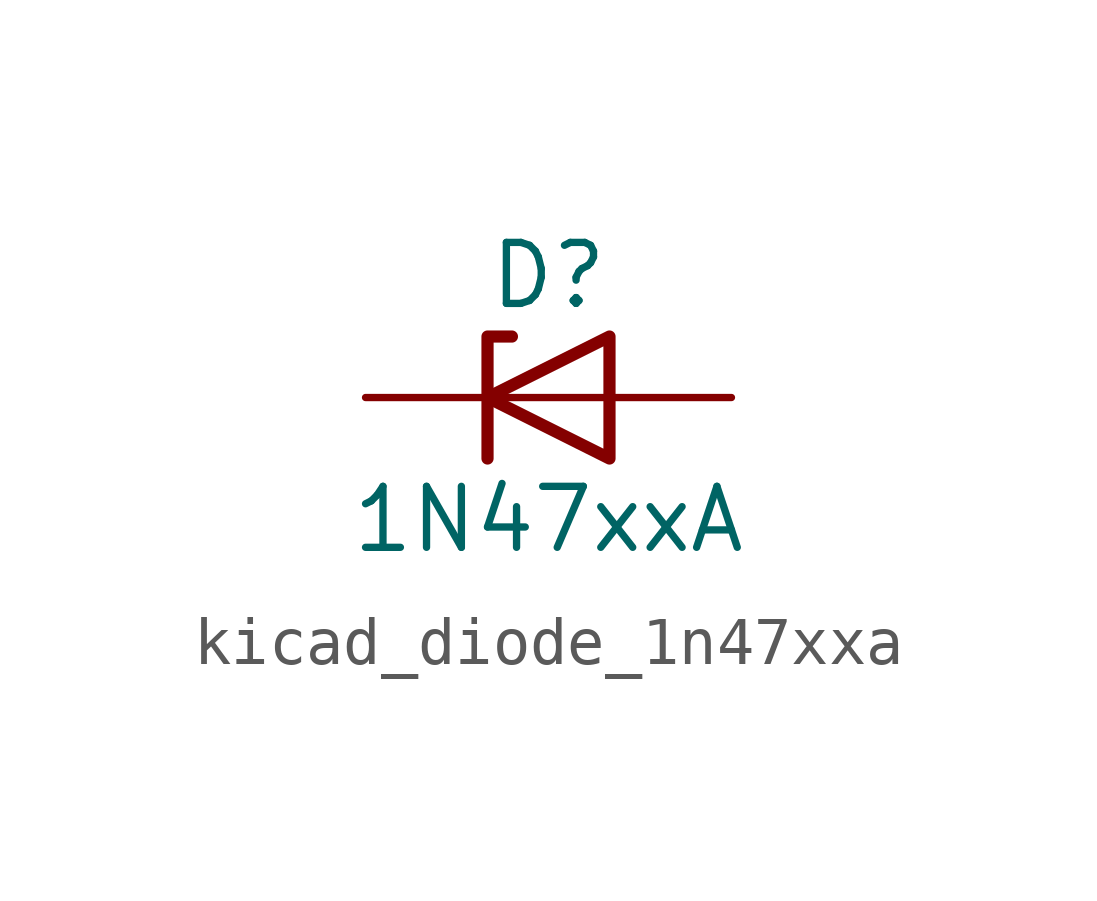
<source format=kicad_sym>
(kicad_symbol_lib
  (version 20220914)
  (generator kicad_symbol_editor)
  (symbol "kicad_diode_1n47xxa"
    (pin_numbers hide)
    (pin_names hide)
    (property "Reference" "D"
      (at 0 2.54 0)
      (effects (font (size 1.27 1.27))))
    (property "Value" "1N47xxA"
      (at 0 -2.54 0)
      (effects (font (size 1.27 1.27))))
    (symbol "kicad_diode_1n47xxa_0_1"
      (polyline (pts (xy 1.27 0) (xy -1.27 0)) (stroke (width 0) (type default)) (fill (type none)))
      (polyline (pts (xy -1.27 -1.27) (xy -1.27 1.27) (xy -0.762 1.27)) (stroke (width 0.254) (type default)) (fill (type none)))
      (polyline (pts (xy 1.27 -1.27) (xy 1.27 1.27) (xy -1.27 0) (xy 1.27 -1.27)) (stroke (width 0.254) (type default)) (fill (type none))))
    (symbol "kicad_diode_1n47xxa_1_1"
      (pin passive line (at -3.81 0 0) (length 2.54) (name "K" (effects (font (size 1.27 1.27)))) (number "1" (effects (font (size 1.27 1.27)))))
      (pin passive line (at 3.81 0 180) (length 2.54) (name "A" (effects (font (size 1.27 1.27)))) (number "2" (effects (font (size 1.27 1.27))))))))
</source>
